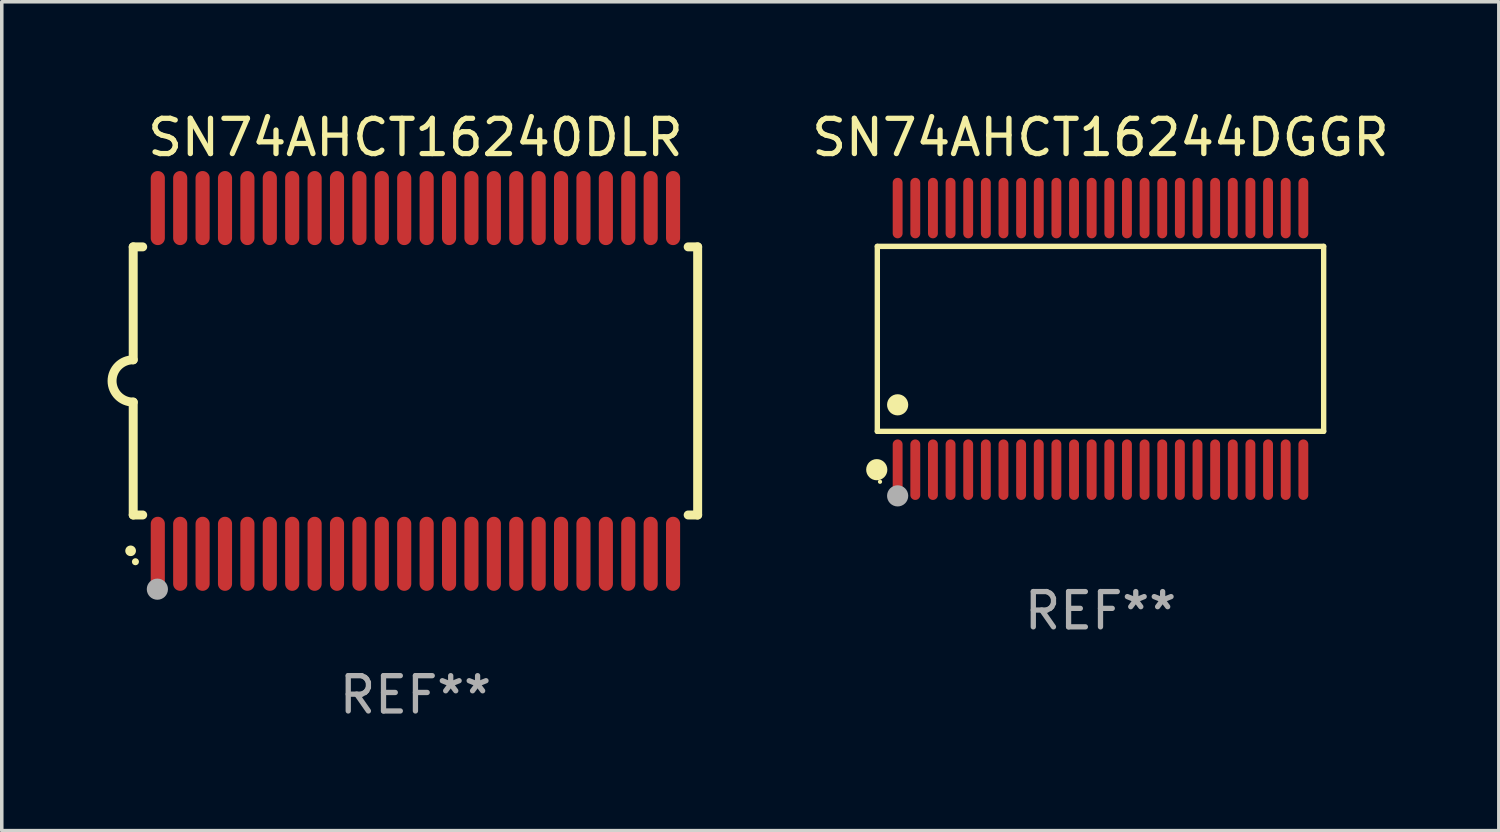
<source format=kicad_pcb>
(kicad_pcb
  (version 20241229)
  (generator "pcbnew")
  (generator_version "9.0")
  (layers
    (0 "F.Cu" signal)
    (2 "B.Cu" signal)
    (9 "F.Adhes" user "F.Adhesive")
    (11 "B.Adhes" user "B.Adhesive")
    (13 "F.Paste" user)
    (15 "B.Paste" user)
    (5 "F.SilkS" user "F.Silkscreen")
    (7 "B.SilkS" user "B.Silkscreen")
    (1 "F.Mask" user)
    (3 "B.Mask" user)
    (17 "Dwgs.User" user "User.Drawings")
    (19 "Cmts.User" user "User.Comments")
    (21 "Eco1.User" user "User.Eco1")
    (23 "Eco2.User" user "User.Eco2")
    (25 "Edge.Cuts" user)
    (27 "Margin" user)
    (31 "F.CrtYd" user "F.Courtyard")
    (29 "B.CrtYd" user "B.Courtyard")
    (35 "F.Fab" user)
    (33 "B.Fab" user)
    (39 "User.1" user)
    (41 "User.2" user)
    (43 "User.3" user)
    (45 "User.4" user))
  (footprint "SN74AHCT16244DGGR"
    (layer "F.Cu")
    (at 28.145 6.556)
    (property "Reference" "SN74AHCT16244DGGR" (at 0 -5.708 0) (layer "F.SilkS") (effects (font (size 1 1) (thickness 0.15))))
    (attr through_hole)
    (fp_line (start -6.326 -2.622) (end 6.326 -2.622) (stroke (width 0.152) (type solid)) (layer "F.SilkS"))
    (fp_line (start -6.326 2.621) (end -6.326 -2.622) (stroke (width 0.152) (type solid)) (layer "F.SilkS"))
    (fp_line (start 6.326 -2.622) (end 6.326 2.621) (stroke (width 0.152) (type solid)) (layer "F.SilkS"))
    (fp_line (start 6.326 2.621) (end -6.326 2.621) (stroke (width 0.152) (type solid)) (layer "F.SilkS"))
    (fp_circle (center -6.342 3.708) (end -6.192 3.708) (stroke (width 0.3) (type solid)) (fill no) (layer "F.SilkS"))
    (fp_circle (center -6.25 4.05) (end -6.22 4.05) (stroke (width 0.06) (type solid)) (fill no) (layer "F.SilkS"))
    (fp_circle (center -5.75 1.869) (end -5.6 1.869) (stroke (width 0.3) (type solid)) (fill no) (layer "F.SilkS"))
    (fp_circle (center -5.75 4.45) (end -5.6 4.45) (stroke (width 0.3) (type solid)) (fill no) (layer "F.Fab"))
    (fp_text user "REF**" (at 0 7.708 0) (layer "F.Fab") (effects (font (size 1 1) (thickness 0.15))))
    (pad "1" smd oval (at -5.75 3.708) (size 0.28 1.715) (layers "F.Cu" "F.Mask" "F.Paste"))
    (pad "2" smd oval (at -5.25 3.708) (size 0.28 1.715) (layers "F.Cu" "F.Mask" "F.Paste"))
    (pad "3" smd oval (at -4.75 3.708) (size 0.28 1.715) (layers "F.Cu" "F.Mask" "F.Paste"))
    (pad "4" smd oval (at -4.25 3.708) (size 0.28 1.715) (layers "F.Cu" "F.Mask" "F.Paste"))
    (pad "5" smd oval (at -3.75 3.708) (size 0.28 1.715) (layers "F.Cu" "F.Mask" "F.Paste"))
    (pad "6" smd oval (at -3.25 3.708) (size 0.28 1.715) (layers "F.Cu" "F.Mask" "F.Paste"))
    (pad "7" smd oval (at -2.75 3.708) (size 0.28 1.715) (layers "F.Cu" "F.Mask" "F.Paste"))
    (pad "8" smd oval (at -2.25 3.708) (size 0.28 1.715) (layers "F.Cu" "F.Mask" "F.Paste"))
    (pad "9" smd oval (at -1.75 3.708) (size 0.28 1.715) (layers "F.Cu" "F.Mask" "F.Paste"))
    (pad "10" smd oval (at -1.25 3.708) (size 0.28 1.715) (layers "F.Cu" "F.Mask" "F.Paste"))
    (pad "11" smd oval (at -0.75 3.708) (size 0.28 1.715) (layers "F.Cu" "F.Mask" "F.Paste"))
    (pad "12" smd oval (at -0.25 3.708) (size 0.28 1.715) (layers "F.Cu" "F.Mask" "F.Paste"))
    (pad "13" smd oval (at 0.25 3.708) (size 0.28 1.715) (layers "F.Cu" "F.Mask" "F.Paste"))
    (pad "14" smd oval (at 0.75 3.708) (size 0.28 1.715) (layers "F.Cu" "F.Mask" "F.Paste"))
    (pad "15" smd oval (at 1.25 3.708) (size 0.28 1.715) (layers "F.Cu" "F.Mask" "F.Paste"))
    (pad "16" smd oval (at 1.75 3.708) (size 0.28 1.715) (layers "F.Cu" "F.Mask" "F.Paste"))
    (pad "17" smd oval (at 2.25 3.708) (size 0.28 1.715) (layers "F.Cu" "F.Mask" "F.Paste"))
    (pad "18" smd oval (at 2.75 3.708) (size 0.28 1.715) (layers "F.Cu" "F.Mask" "F.Paste"))
    (pad "19" smd oval (at 3.25 3.708) (size 0.28 1.715) (layers "F.Cu" "F.Mask" "F.Paste"))
    (pad "20" smd oval (at 3.75 3.708) (size 0.28 1.715) (layers "F.Cu" "F.Mask" "F.Paste"))
    (pad "21" smd oval (at 4.25 3.708) (size 0.28 1.715) (layers "F.Cu" "F.Mask" "F.Paste"))
    (pad "22" smd oval (at 4.75 3.708) (size 0.28 1.715) (layers "F.Cu" "F.Mask" "F.Paste"))
    (pad "23" smd oval (at 5.25 3.708) (size 0.28 1.715) (layers "F.Cu" "F.Mask" "F.Paste"))
    (pad "24" smd oval (at 5.75 3.708) (size 0.28 1.715) (layers "F.Cu" "F.Mask" "F.Paste"))
    (pad "25" smd oval (at 5.75 -3.708) (size 0.28 1.715) (layers "F.Cu" "F.Mask" "F.Paste"))
    (pad "26" smd oval (at 5.25 -3.708) (size 0.28 1.715) (layers "F.Cu" "F.Mask" "F.Paste"))
    (pad "27" smd oval (at 4.75 -3.708) (size 0.28 1.715) (layers "F.Cu" "F.Mask" "F.Paste"))
    (pad "28" smd oval (at 4.25 -3.708) (size 0.28 1.715) (layers "F.Cu" "F.Mask" "F.Paste"))
    (pad "29" smd oval (at 3.75 -3.708) (size 0.28 1.715) (layers "F.Cu" "F.Mask" "F.Paste"))
    (pad "30" smd oval (at 3.25 -3.708) (size 0.28 1.715) (layers "F.Cu" "F.Mask" "F.Paste"))
    (pad "31" smd oval (at 2.75 -3.708) (size 0.28 1.715) (layers "F.Cu" "F.Mask" "F.Paste"))
    (pad "32" smd oval (at 2.25 -3.708) (size 0.28 1.715) (layers "F.Cu" "F.Mask" "F.Paste"))
    (pad "33" smd oval (at 1.75 -3.708) (size 0.28 1.715) (layers "F.Cu" "F.Mask" "F.Paste"))
    (pad "34" smd oval (at 1.25 -3.708) (size 0.28 1.715) (layers "F.Cu" "F.Mask" "F.Paste"))
    (pad "35" smd oval (at 0.75 -3.708) (size 0.28 1.715) (layers "F.Cu" "F.Mask" "F.Paste"))
    (pad "36" smd oval (at 0.25 -3.708) (size 0.28 1.715) (layers "F.Cu" "F.Mask" "F.Paste"))
    (pad "37" smd oval (at -0.25 -3.708) (size 0.28 1.715) (layers "F.Cu" "F.Mask" "F.Paste"))
    (pad "38" smd oval (at -0.75 -3.708) (size 0.28 1.715) (layers "F.Cu" "F.Mask" "F.Paste"))
    (pad "39" smd oval (at -1.25 -3.708) (size 0.28 1.715) (layers "F.Cu" "F.Mask" "F.Paste"))
    (pad "40" smd oval (at -1.75 -3.708) (size 0.28 1.715) (layers "F.Cu" "F.Mask" "F.Paste"))
    (pad "41" smd oval (at -2.25 -3.708) (size 0.28 1.715) (layers "F.Cu" "F.Mask" "F.Paste"))
    (pad "42" smd oval (at -2.75 -3.708) (size 0.28 1.715) (layers "F.Cu" "F.Mask" "F.Paste"))
    (pad "43" smd oval (at -3.25 -3.708) (size 0.28 1.715) (layers "F.Cu" "F.Mask" "F.Paste"))
    (pad "44" smd oval (at -3.75 -3.708) (size 0.28 1.715) (layers "F.Cu" "F.Mask" "F.Paste"))
    (pad "45" smd oval (at -4.25 -3.708) (size 0.28 1.715) (layers "F.Cu" "F.Mask" "F.Paste"))
    (pad "46" smd oval (at -4.75 -3.708) (size 0.28 1.715) (layers "F.Cu" "F.Mask" "F.Paste"))
    (pad "47" smd oval (at -5.25 -3.708) (size 0.28 1.715) (layers "F.Cu" "F.Mask" "F.Paste"))
    (pad "48" smd oval (at -5.75 -3.708) (size 0.28 1.715) (layers "F.Cu" "F.Mask" "F.Paste")))
  (footprint "SN74AHCT16240DLR"
    (layer "F.Cu")
    (at 8.726 7.748)
    (property "Reference" "SN74AHCT16240DLR" (at 0 -6.9 0) (layer "F.SilkS") (effects (font (size 1 1) (thickness 0.15))))
    (attr through_hole)
    (fp_line (start -8 -3.8) (end -8 -0.599) (stroke (width 0.254) (type solid)) (layer "F.SilkS"))
    (fp_line (start -8 -3.8) (end -7.731 -3.8) (stroke (width 0.254) (type solid)) (layer "F.SilkS"))
    (fp_line (start -8 3.8) (end -8 0.599) (stroke (width 0.254) (type solid)) (layer "F.SilkS"))
    (fp_line (start -7.731 3.8) (end -8 3.8) (stroke (width 0.254) (type solid)) (layer "F.SilkS"))
    (fp_line (start 7.731 -3.8) (end 8 -3.8) (stroke (width 0.254) (type solid)) (layer "F.SilkS"))
    (fp_line (start 8 -3.8) (end 8 3.8) (stroke (width 0.254) (type solid)) (layer "F.SilkS"))
    (fp_line (start 8 3.8) (end 7.731 3.8) (stroke (width 0.254) (type solid)) (layer "F.SilkS"))
    (fp_arc (start -8.074676 4.81585) (mid -8.073406 4.815845) (end -8.072136 4.81585) (stroke (width 0.3) (type solid)) (layer "F.SilkS"))
    (fp_arc (start -8.000025 0.6) (mid -8.598908 0.00056) (end -8.000027 -0.598882) (stroke (width 0.254001) (type solid)) (layer "F.SilkS"))
    (fp_circle (center -7.937 5.125) (end -7.887 5.125) (stroke (width 0.1) (type solid)) (fill no) (layer "F.SilkS"))
    (fp_circle (center -7.315 5.903) (end -7.165 5.903) (stroke (width 0.3) (type solid)) (fill no) (layer "F.Fab"))
    (fp_text user "REF**" (at 0 8.9 0) (layer "F.Fab") (effects (font (size 1 1) (thickness 0.15))))
    (pad "1" smd oval (at -7.303 4.9) (size 0.4 2.1) (layers "F.Cu" "F.Mask" "F.Paste"))
    (pad "2" smd oval (at -6.668 4.9) (size 0.4 2.1) (layers "F.Cu" "F.Mask" "F.Paste"))
    (pad "3" smd oval (at -6.033 4.9) (size 0.4 2.1) (layers "F.Cu" "F.Mask" "F.Paste"))
    (pad "4" smd oval (at -5.398 4.9) (size 0.4 2.1) (layers "F.Cu" "F.Mask" "F.Paste"))
    (pad "5" smd oval (at -4.763 4.9) (size 0.4 2.1) (layers "F.Cu" "F.Mask" "F.Paste"))
    (pad "6" smd oval (at -4.128 4.9) (size 0.4 2.1) (layers "F.Cu" "F.Mask" "F.Paste"))
    (pad "7" smd oval (at -3.493 4.9) (size 0.4 2.1) (layers "F.Cu" "F.Mask" "F.Paste"))
    (pad "8" smd oval (at -2.858 4.9) (size 0.4 2.1) (layers "F.Cu" "F.Mask" "F.Paste"))
    (pad "9" smd oval (at -2.223 4.9) (size 0.4 2.1) (layers "F.Cu" "F.Mask" "F.Paste"))
    (pad "10" smd oval (at -1.588 4.9) (size 0.4 2.1) (layers "F.Cu" "F.Mask" "F.Paste"))
    (pad "11" smd oval (at -0.953 4.9) (size 0.4 2.1) (layers "F.Cu" "F.Mask" "F.Paste"))
    (pad "12" smd oval (at -0.318 4.9) (size 0.4 2.1) (layers "F.Cu" "F.Mask" "F.Paste"))
    (pad "13" smd oval (at 0.318 4.9) (size 0.4 2.1) (layers "F.Cu" "F.Mask" "F.Paste"))
    (pad "14" smd oval (at 0.953 4.9) (size 0.4 2.1) (layers "F.Cu" "F.Mask" "F.Paste"))
    (pad "15" smd oval (at 1.588 4.9) (size 0.4 2.1) (layers "F.Cu" "F.Mask" "F.Paste"))
    (pad "16" smd oval (at 2.223 4.9) (size 0.4 2.1) (layers "F.Cu" "F.Mask" "F.Paste"))
    (pad "17" smd oval (at 2.858 4.9) (size 0.4 2.1) (layers "F.Cu" "F.Mask" "F.Paste"))
    (pad "18" smd oval (at 3.493 4.9) (size 0.4 2.1) (layers "F.Cu" "F.Mask" "F.Paste"))
    (pad "19" smd oval (at 4.128 4.9) (size 0.4 2.1) (layers "F.Cu" "F.Mask" "F.Paste"))
    (pad "20" smd oval (at 4.763 4.9) (size 0.4 2.1) (layers "F.Cu" "F.Mask" "F.Paste"))
    (pad "21" smd oval (at 5.398 4.9) (size 0.4 2.1) (layers "F.Cu" "F.Mask" "F.Paste"))
    (pad "22" smd oval (at 6.033 4.9) (size 0.4 2.1) (layers "F.Cu" "F.Mask" "F.Paste"))
    (pad "23" smd oval (at 6.668 4.9) (size 0.4 2.1) (layers "F.Cu" "F.Mask" "F.Paste"))
    (pad "24" smd oval (at 7.303 4.9) (size 0.4 2.1) (layers "F.Cu" "F.Mask" "F.Paste"))
    (pad "25" smd oval (at 7.303 -4.9 180) (size 0.4 2.1) (layers "F.Cu" "F.Mask" "F.Paste"))
    (pad "26" smd oval (at 6.668 -4.9 180) (size 0.4 2.1) (layers "F.Cu" "F.Mask" "F.Paste"))
    (pad "27" smd oval (at 6.033 -4.9 180) (size 0.4 2.1) (layers "F.Cu" "F.Mask" "F.Paste"))
    (pad "28" smd oval (at 5.398 -4.9 180) (size 0.4 2.1) (layers "F.Cu" "F.Mask" "F.Paste"))
    (pad "29" smd oval (at 4.763 -4.9 180) (size 0.4 2.1) (layers "F.Cu" "F.Mask" "F.Paste"))
    (pad "30" smd oval (at 4.128 -4.9 180) (size 0.4 2.1) (layers "F.Cu" "F.Mask" "F.Paste"))
    (pad "31" smd oval (at 3.493 -4.9 180) (size 0.4 2.1) (layers "F.Cu" "F.Mask" "F.Paste"))
    (pad "32" smd oval (at 2.858 -4.9 180) (size 0.4 2.1) (layers "F.Cu" "F.Mask" "F.Paste"))
    (pad "33" smd oval (at 2.223 -4.9 180) (size 0.4 2.1) (layers "F.Cu" "F.Mask" "F.Paste"))
    (pad "34" smd oval (at 1.588 -4.9 180) (size 0.4 2.1) (layers "F.Cu" "F.Mask" "F.Paste"))
    (pad "35" smd oval (at 0.953 -4.9 180) (size 0.4 2.1) (layers "F.Cu" "F.Mask" "F.Paste"))
    (pad "36" smd oval (at 0.318 -4.9 180) (size 0.4 2.1) (layers "F.Cu" "F.Mask" "F.Paste"))
    (pad "37" smd oval (at -0.318 -4.9 180) (size 0.4 2.1) (layers "F.Cu" "F.Mask" "F.Paste"))
    (pad "38" smd oval (at -0.953 -4.9 180) (size 0.4 2.1) (layers "F.Cu" "F.Mask" "F.Paste"))
    (pad "39" smd oval (at -1.588 -4.9 180) (size 0.4 2.1) (layers "F.Cu" "F.Mask" "F.Paste"))
    (pad "40" smd oval (at -2.223 -4.9 180) (size 0.4 2.1) (layers "F.Cu" "F.Mask" "F.Paste"))
    (pad "41" smd oval (at -2.858 -4.9 180) (size 0.4 2.1) (layers "F.Cu" "F.Mask" "F.Paste"))
    (pad "42" smd oval (at -3.493 -4.9 180) (size 0.4 2.1) (layers "F.Cu" "F.Mask" "F.Paste"))
    (pad "43" smd oval (at -4.128 -4.9 180) (size 0.4 2.1) (layers "F.Cu" "F.Mask" "F.Paste"))
    (pad "44" smd oval (at -4.763 -4.9 180) (size 0.4 2.1) (layers "F.Cu" "F.Mask" "F.Paste"))
    (pad "45" smd oval (at -5.398 -4.9 180) (size 0.4 2.1) (layers "F.Cu" "F.Mask" "F.Paste"))
    (pad "46" smd oval (at -6.033 -4.9 180) (size 0.4 2.1) (layers "F.Cu" "F.Mask" "F.Paste"))
    (pad "47" smd oval (at -6.668 -4.9 180) (size 0.4 2.1) (layers "F.Cu" "F.Mask" "F.Paste"))
    (pad "48" smd oval (at -7.303 -4.9 180) (size 0.4 2.1) (layers "F.Cu" "F.Mask" "F.Paste")))
  (gr_rect
    (start -3 -3)
    (end 39.436 20.496)
    (stroke (width 0.1) (type default))
    (fill no)
    (layer "Edge.Cuts")))
</source>
